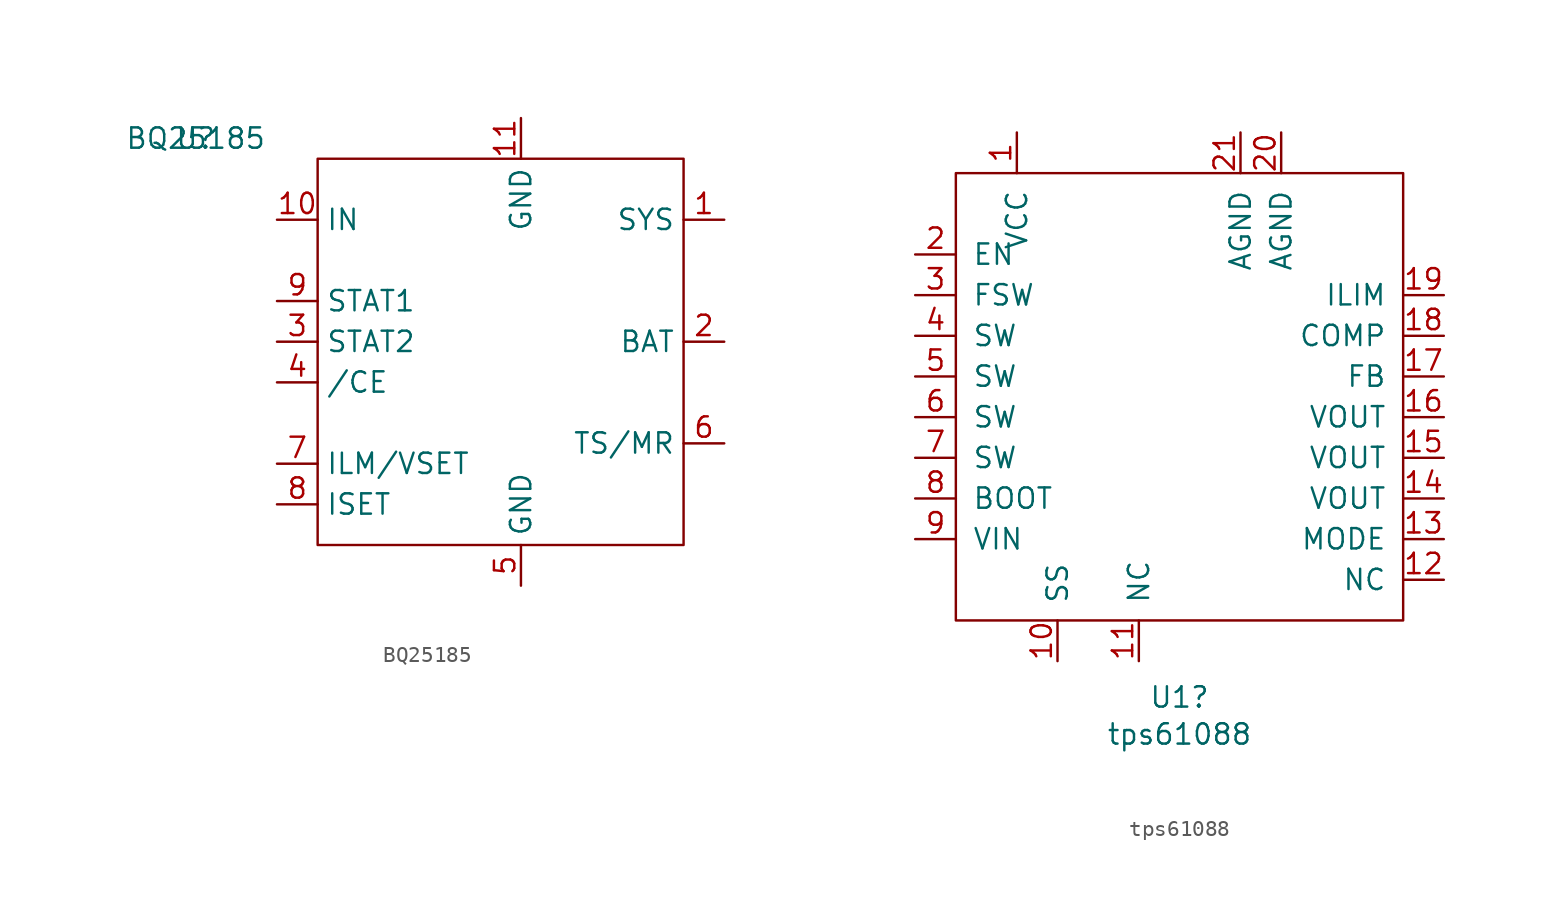
<source format=kicad_sym>
(kicad_symbol_lib
  (version 20231120)
  (generator "kicad_symbol_editor")
  (generator_version "8.0")
  (symbol "BQ25185"
    (property "Reference" "U"
      (at 0 0 0)
      (effects (font (size 1.27 1.27))))
    (property "Value" "BQ25185"
      (at 0 0 0)
      (effects (font (size 1.27 1.27))))
    (symbol "BQ25185_1_1"
      (rectangle (start 7.62 -1.27) (end 30.48 -25.4) (stroke (width 0) (type default)) (fill (type none)))
      (pin power_out line (at 33.02 -5.08 180) (length 2.54) (name "SYS" (effects (font (size 1.27 1.27)))) (number "1" (effects (font (size 1.27 1.27)))))
      (pin input line (at 5.08 -5.08 0) (length 2.54) (name "IN" (effects (font (size 1.27 1.27)))) (number "10" (effects (font (size 1.27 1.27)))))
      (pin input line (at 20.32 1.27 270) (length 2.54) (name "GND" (effects (font (size 1.27 1.27)))) (number "11" (effects (font (size 1.27 1.27)))))
      (pin power_out line (at 33.02 -12.7 180) (length 2.54) (name "BAT" (effects (font (size 1.27 1.27)))) (number "2" (effects (font (size 1.27 1.27)))))
      (pin input line (at 5.08 -12.7 0) (length 2.54) (name "STAT2" (effects (font (size 1.27 1.27)))) (number "3" (effects (font (size 1.27 1.27)))))
      (pin input line (at 5.08 -15.24 0) (length 2.54) (name "/CE" (effects (font (size 1.27 1.27)))) (number "4" (effects (font (size 1.27 1.27)))))
      (pin input line (at 20.32 -27.94 90) (length 2.54) (name "GND" (effects (font (size 1.27 1.27)))) (number "5" (effects (font (size 1.27 1.27)))))
      (pin input line (at 33.02 -19.05 180) (length 2.54) (name "TS/MR" (effects (font (size 1.27 1.27)))) (number "6" (effects (font (size 1.27 1.27)))))
      (pin input line (at 5.08 -20.32 0) (length 2.54) (name "ILM/VSET" (effects (font (size 1.27 1.27)))) (number "7" (effects (font (size 1.27 1.27)))))
      (pin input line (at 5.08 -22.86 0) (length 2.54) (name "ISET" (effects (font (size 1.27 1.27)))) (number "8" (effects (font (size 1.27 1.27)))))
      (pin input line (at 5.08 -10.16 0) (length 2.54) (name "STAT1" (effects (font (size 1.27 1.27)))) (number "9" (effects (font (size 1.27 1.27)))))))
  (symbol "tps61088"
    (pin_names
      (offset 1.016))
    (property "Reference" "U1"
      (at 0 -18.771 0)
      (effects (font (size 1.27 1.27))))
    (property "Value" "tps61088"
      (at 0 -21.082 0)
      (effects (font (size 1.27 1.27))))
    (symbol "tps61088_0_1"
      (rectangle (start -13.97 13.97) (end 13.97 -13.97) (stroke (width 0) (type default)) (fill (type none))))
    (symbol "tps61088_1_1"
      (pin input line (at -10.16 16.51 270) (length 2.54) (name "VCC" (effects (font (size 1.27 1.27)))) (number "1" (effects (font (size 1.27 1.27)))))
      (pin input line (at -7.62 -16.51 90) (length 2.54) (name "SS" (effects (font (size 1.27 1.27)))) (number "10" (effects (font (size 1.27 1.27)))))
      (pin input line (at -2.54 -16.51 90) (length 2.54) (name "NC" (effects (font (size 1.27 1.27)))) (number "11" (effects (font (size 1.27 1.27)))))
      (pin input line (at 16.51 -11.43 180) (length 2.54) (name "NC" (effects (font (size 1.27 1.27)))) (number "12" (effects (font (size 1.27 1.27)))))
      (pin input line (at 16.51 -8.89 180) (length 2.54) (name "MODE" (effects (font (size 1.27 1.27)))) (number "13" (effects (font (size 1.27 1.27)))))
      (pin output line (at 16.51 -6.35 180) (length 2.54) (name "VOUT" (effects (font (size 1.27 1.27)))) (number "14" (effects (font (size 1.27 1.27)))))
      (pin output line (at 16.51 -3.81 180) (length 2.54) (name "VOUT" (effects (font (size 1.27 1.27)))) (number "15" (effects (font (size 1.27 1.27)))))
      (pin output line (at 16.51 -1.27 180) (length 2.54) (name "VOUT" (effects (font (size 1.27 1.27)))) (number "16" (effects (font (size 1.27 1.27)))))
      (pin output line (at 16.51 1.27 180) (length 2.54) (name "FB" (effects (font (size 1.27 1.27)))) (number "17" (effects (font (size 1.27 1.27)))))
      (pin input line (at 16.51 3.81 180) (length 2.54) (name "COMP" (effects (font (size 1.27 1.27)))) (number "18" (effects (font (size 1.27 1.27)))))
      (pin input line (at 16.51 6.35 180) (length 2.54) (name "ILIM" (effects (font (size 1.27 1.27)))) (number "19" (effects (font (size 1.27 1.27)))))
      (pin input line (at -16.51 8.89 0) (length 2.54) (name "EN" (effects (font (size 1.27 1.27)))) (number "2" (effects (font (size 1.27 1.27)))))
      (pin input line (at 6.35 16.51 270) (length 2.54) (name "AGND" (effects (font (size 1.27 1.27)))) (number "20" (effects (font (size 1.27 1.27)))))
      (pin input line (at 3.81 16.51 270) (length 2.54) (name "AGND" (effects (font (size 1.27 1.27)))) (number "21" (effects (font (size 1.27 1.27)))))
      (pin input line (at -16.51 6.35 0) (length 2.54) (name "FSW" (effects (font (size 1.27 1.27)))) (number "3" (effects (font (size 1.27 1.27)))))
      (pin input line (at -16.51 3.81 0) (length 2.54) (name "SW" (effects (font (size 1.27 1.27)))) (number "4" (effects (font (size 1.27 1.27)))))
      (pin input line (at -16.51 1.27 0) (length 2.54) (name "SW" (effects (font (size 1.27 1.27)))) (number "5" (effects (font (size 1.27 1.27)))))
      (pin input line (at -16.51 -1.27 0) (length 2.54) (name "SW" (effects (font (size 1.27 1.27)))) (number "6" (effects (font (size 1.27 1.27)))))
      (pin input line (at -16.51 -3.81 0) (length 2.54) (name "SW" (effects (font (size 1.27 1.27)))) (number "7" (effects (font (size 1.27 1.27)))))
      (pin input line (at -16.51 -6.35 0) (length 2.54) (name "BOOT" (effects (font (size 1.27 1.27)))) (number "8" (effects (font (size 1.27 1.27)))))
      (pin input line (at -16.51 -8.89 0) (length 2.54) (name "VIN" (effects (font (size 1.27 1.27)))) (number "9" (effects (font (size 1.27 1.27))))))))
</source>
